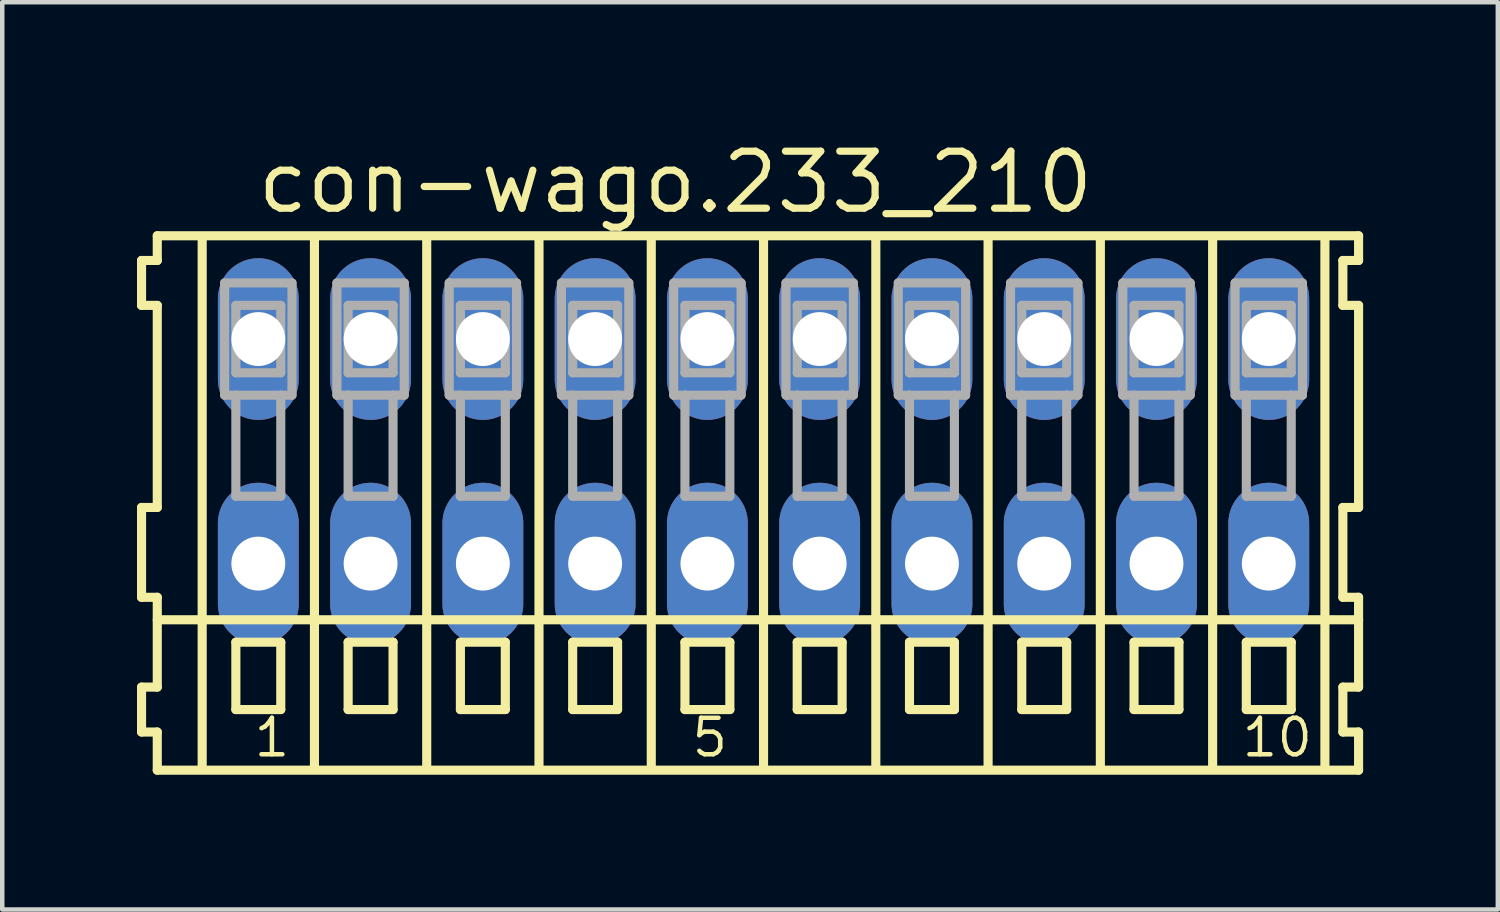
<source format=kicad_pcb>
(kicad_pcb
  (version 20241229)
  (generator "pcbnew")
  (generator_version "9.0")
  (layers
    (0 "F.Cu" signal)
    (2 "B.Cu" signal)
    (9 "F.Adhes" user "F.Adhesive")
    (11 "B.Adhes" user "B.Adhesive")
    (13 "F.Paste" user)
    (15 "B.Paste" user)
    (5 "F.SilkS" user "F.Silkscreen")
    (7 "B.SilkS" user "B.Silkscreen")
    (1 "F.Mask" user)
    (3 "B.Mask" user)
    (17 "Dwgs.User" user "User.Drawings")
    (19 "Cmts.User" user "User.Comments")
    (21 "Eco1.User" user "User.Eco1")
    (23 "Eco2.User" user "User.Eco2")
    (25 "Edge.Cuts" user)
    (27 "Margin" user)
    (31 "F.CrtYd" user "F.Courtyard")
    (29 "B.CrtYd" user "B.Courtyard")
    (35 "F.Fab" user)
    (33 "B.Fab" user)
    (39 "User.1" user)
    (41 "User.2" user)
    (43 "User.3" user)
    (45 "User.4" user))
  (footprint "con-wago.233_210"
    (layer "F.Cu")
    (at 13.952 7)
    (property "Reference" "con-wago.233_210" (at -11.35 -5.25 0) (layer "F.SilkS") (effects (font (size 1.27 1.27) (thickness 0.16)) (justify left bottom)))
    (attr through_hole)
    (fp_line (start -13.85 -4.25) (end -13.85 -3.25) (stroke (width 0.203) (type default)) (layer "F.SilkS"))
    (fp_line (start -13.85 -3.25) (end -13.5 -3.25) (stroke (width 0.203) (type default)) (layer "F.SilkS"))
    (fp_line (start -13.85 1.25) (end -13.85 3.25) (stroke (width 0.203) (type default)) (layer "F.SilkS"))
    (fp_line (start -13.85 3.25) (end -13.5 3.25) (stroke (width 0.203) (type default)) (layer "F.SilkS"))
    (fp_line (start -13.85 5.25) (end -13.85 6.25) (stroke (width 0.203) (type default)) (layer "F.SilkS"))
    (fp_line (start -13.85 6.25) (end -13.5 6.25) (stroke (width 0.203) (type default)) (layer "F.SilkS"))
    (fp_line (start -13.5 -4.8) (end -13.5 -4.25) (stroke (width 0.203) (type default)) (layer "F.SilkS"))
    (fp_line (start -13.5 -4.25) (end -13.85 -4.25) (stroke (width 0.203) (type default)) (layer "F.SilkS"))
    (fp_line (start -13.5 -3.25) (end -13.5 1.25) (stroke (width 0.203) (type default)) (layer "F.SilkS"))
    (fp_line (start -13.5 1.25) (end -13.85 1.25) (stroke (width 0.203) (type default)) (layer "F.SilkS"))
    (fp_line (start -13.5 3.25) (end -13.5 5.25) (stroke (width 0.203) (type default)) (layer "F.SilkS"))
    (fp_line (start -13.5 3.75) (end 13.25 3.75) (stroke (width 0.203) (type default)) (layer "F.SilkS"))
    (fp_line (start -13.5 5.25) (end -13.85 5.25) (stroke (width 0.203) (type default)) (layer "F.SilkS"))
    (fp_line (start -13.5 6.25) (end -13.5 7.1) (stroke (width 0.203) (type default)) (layer "F.SilkS"))
    (fp_line (start -13.5 7.1) (end 13.25 7.1) (stroke (width 0.203) (type default)) (layer "F.SilkS"))
    (fp_line (start -12.5 -4.75) (end -12.5 7) (stroke (width 0.203) (type default)) (layer "F.SilkS"))
    (fp_line (start -11.75 4.25) (end -11.75 5.75) (stroke (width 0.203) (type default)) (layer "F.SilkS"))
    (fp_line (start -11.75 5.75) (end -10.75 5.75) (stroke (width 0.203) (type default)) (layer "F.SilkS"))
    (fp_line (start -10.75 4.25) (end -11.75 4.25) (stroke (width 0.203) (type default)) (layer "F.SilkS"))
    (fp_line (start -10.75 5.75) (end -10.75 4.25) (stroke (width 0.203) (type default)) (layer "F.SilkS"))
    (fp_line (start -10 -4.75) (end -10 7) (stroke (width 0.203) (type default)) (layer "F.SilkS"))
    (fp_line (start -9.25 4.25) (end -9.25 5.75) (stroke (width 0.203) (type default)) (layer "F.SilkS"))
    (fp_line (start -9.25 5.75) (end -8.25 5.75) (stroke (width 0.203) (type default)) (layer "F.SilkS"))
    (fp_line (start -8.25 4.25) (end -9.25 4.25) (stroke (width 0.203) (type default)) (layer "F.SilkS"))
    (fp_line (start -8.25 5.75) (end -8.25 4.25) (stroke (width 0.203) (type default)) (layer "F.SilkS"))
    (fp_line (start -7.5 -4.75) (end -7.5 7) (stroke (width 0.203) (type default)) (layer "F.SilkS"))
    (fp_line (start -6.75 4.25) (end -6.75 5.75) (stroke (width 0.203) (type default)) (layer "F.SilkS"))
    (fp_line (start -6.75 5.75) (end -5.75 5.75) (stroke (width 0.203) (type default)) (layer "F.SilkS"))
    (fp_line (start -5.75 4.25) (end -6.75 4.25) (stroke (width 0.203) (type default)) (layer "F.SilkS"))
    (fp_line (start -5.75 5.75) (end -5.75 4.25) (stroke (width 0.203) (type default)) (layer "F.SilkS"))
    (fp_line (start -5 -4.75) (end -5 7) (stroke (width 0.203) (type default)) (layer "F.SilkS"))
    (fp_line (start -4.25 4.25) (end -4.25 5.75) (stroke (width 0.203) (type default)) (layer "F.SilkS"))
    (fp_line (start -4.25 5.75) (end -3.25 5.75) (stroke (width 0.203) (type default)) (layer "F.SilkS"))
    (fp_line (start -3.25 4.25) (end -4.25 4.25) (stroke (width 0.203) (type default)) (layer "F.SilkS"))
    (fp_line (start -3.25 5.75) (end -3.25 4.25) (stroke (width 0.203) (type default)) (layer "F.SilkS"))
    (fp_line (start -2.5 -4.75) (end -2.5 7) (stroke (width 0.203) (type default)) (layer "F.SilkS"))
    (fp_line (start -1.75 4.25) (end -1.75 5.75) (stroke (width 0.203) (type default)) (layer "F.SilkS"))
    (fp_line (start -1.75 5.75) (end -0.75 5.75) (stroke (width 0.203) (type default)) (layer "F.SilkS"))
    (fp_line (start -0.75 4.25) (end -1.75 4.25) (stroke (width 0.203) (type default)) (layer "F.SilkS"))
    (fp_line (start -0.75 5.75) (end -0.75 4.25) (stroke (width 0.203) (type default)) (layer "F.SilkS"))
    (fp_line (start 0 -4.75) (end 0 7) (stroke (width 0.203) (type default)) (layer "F.SilkS"))
    (fp_line (start 0.75 4.25) (end 0.75 5.75) (stroke (width 0.203) (type default)) (layer "F.SilkS"))
    (fp_line (start 0.75 5.75) (end 1.75 5.75) (stroke (width 0.203) (type default)) (layer "F.SilkS"))
    (fp_line (start 1.75 4.25) (end 0.75 4.25) (stroke (width 0.203) (type default)) (layer "F.SilkS"))
    (fp_line (start 1.75 5.75) (end 1.75 4.25) (stroke (width 0.203) (type default)) (layer "F.SilkS"))
    (fp_line (start 2.5 -4.75) (end 2.5 7) (stroke (width 0.203) (type default)) (layer "F.SilkS"))
    (fp_line (start 3.25 4.25) (end 3.25 5.75) (stroke (width 0.203) (type default)) (layer "F.SilkS"))
    (fp_line (start 3.25 5.75) (end 4.25 5.75) (stroke (width 0.203) (type default)) (layer "F.SilkS"))
    (fp_line (start 4.25 4.25) (end 3.25 4.25) (stroke (width 0.203) (type default)) (layer "F.SilkS"))
    (fp_line (start 4.25 5.75) (end 4.25 4.25) (stroke (width 0.203) (type default)) (layer "F.SilkS"))
    (fp_line (start 5 -4.75) (end 5 7) (stroke (width 0.203) (type default)) (layer "F.SilkS"))
    (fp_line (start 5.75 4.25) (end 5.75 5.75) (stroke (width 0.203) (type default)) (layer "F.SilkS"))
    (fp_line (start 5.75 5.75) (end 6.75 5.75) (stroke (width 0.203) (type default)) (layer "F.SilkS"))
    (fp_line (start 6.75 4.25) (end 5.75 4.25) (stroke (width 0.203) (type default)) (layer "F.SilkS"))
    (fp_line (start 6.75 5.75) (end 6.75 4.25) (stroke (width 0.203) (type default)) (layer "F.SilkS"))
    (fp_line (start 7.5 -4.75) (end 7.5 7) (stroke (width 0.203) (type default)) (layer "F.SilkS"))
    (fp_line (start 8.25 4.25) (end 8.25 5.75) (stroke (width 0.203) (type default)) (layer "F.SilkS"))
    (fp_line (start 8.25 5.75) (end 9.25 5.75) (stroke (width 0.203) (type default)) (layer "F.SilkS"))
    (fp_line (start 9.25 4.25) (end 8.25 4.25) (stroke (width 0.203) (type default)) (layer "F.SilkS"))
    (fp_line (start 9.25 5.75) (end 9.25 4.25) (stroke (width 0.203) (type default)) (layer "F.SilkS"))
    (fp_line (start 10 -4.75) (end 10 7) (stroke (width 0.203) (type default)) (layer "F.SilkS"))
    (fp_line (start 10.75 4.25) (end 10.75 5.75) (stroke (width 0.203) (type default)) (layer "F.SilkS"))
    (fp_line (start 10.75 5.75) (end 11.75 5.75) (stroke (width 0.203) (type default)) (layer "F.SilkS"))
    (fp_line (start 11.75 4.25) (end 10.75 4.25) (stroke (width 0.203) (type default)) (layer "F.SilkS"))
    (fp_line (start 11.75 5.75) (end 11.75 4.25) (stroke (width 0.203) (type default)) (layer "F.SilkS"))
    (fp_line (start 12.5 -4.75) (end 12.5 7) (stroke (width 0.203) (type default)) (layer "F.SilkS"))
    (fp_line (start 12.9 -4.25) (end 12.9 -3.25) (stroke (width 0.203) (type default)) (layer "F.SilkS"))
    (fp_line (start 12.9 -3.25) (end 13.25 -3.25) (stroke (width 0.203) (type default)) (layer "F.SilkS"))
    (fp_line (start 12.9 1.25) (end 12.9 3.25) (stroke (width 0.203) (type default)) (layer "F.SilkS"))
    (fp_line (start 12.9 3.25) (end 13.25 3.25) (stroke (width 0.203) (type default)) (layer "F.SilkS"))
    (fp_line (start 12.9 5.25) (end 12.9 6.25) (stroke (width 0.203) (type default)) (layer "F.SilkS"))
    (fp_line (start 12.9 6.25) (end 13.25 6.25) (stroke (width 0.203) (type default)) (layer "F.SilkS"))
    (fp_line (start 13.25 -4.8) (end -13.5 -4.8) (stroke (width 0.203) (type default)) (layer "F.SilkS"))
    (fp_line (start 13.25 -4.25) (end 12.9 -4.25) (stroke (width 0.203) (type default)) (layer "F.SilkS"))
    (fp_line (start 13.25 -4.25) (end 13.25 -4.8) (stroke (width 0.203) (type default)) (layer "F.SilkS"))
    (fp_line (start 13.25 1.25) (end 12.9 1.25) (stroke (width 0.203) (type default)) (layer "F.SilkS"))
    (fp_line (start 13.25 1.25) (end 13.25 -3.25) (stroke (width 0.203) (type default)) (layer "F.SilkS"))
    (fp_line (start 13.25 3.75) (end 13.25 3.25) (stroke (width 0.203) (type default)) (layer "F.SilkS"))
    (fp_line (start 13.25 5.25) (end 12.9 5.25) (stroke (width 0.203) (type default)) (layer "F.SilkS"))
    (fp_line (start 13.25 5.25) (end 13.25 3.75) (stroke (width 0.203) (type default)) (layer "F.SilkS"))
    (fp_line (start 13.25 7.1) (end 13.25 6.25) (stroke (width 0.203) (type default)) (layer "F.SilkS"))
    (fp_line (start -12 -3.75) (end -12 -1.25) (stroke (width 0.203) (type default)) (layer "F.Fab"))
    (fp_line (start -12 -1.25) (end -11.75 -1.25) (stroke (width 0.203) (type default)) (layer "F.Fab"))
    (fp_line (start -11.75 -3.25) (end -11.75 -1.75) (stroke (width 0.203) (type default)) (layer "F.Fab"))
    (fp_line (start -11.75 -1.75) (end -10.75 -1.75) (stroke (width 0.203) (type default)) (layer "F.Fab"))
    (fp_line (start -11.75 -1.25) (end -11.75 1) (stroke (width 0.203) (type default)) (layer "F.Fab"))
    (fp_line (start -11.75 -1.25) (end -10.75 -1.25) (stroke (width 0.203) (type default)) (layer "F.Fab"))
    (fp_line (start -11.75 1) (end -10.75 1) (stroke (width 0.203) (type default)) (layer "F.Fab"))
    (fp_line (start -10.75 -3.25) (end -11.75 -3.25) (stroke (width 0.203) (type default)) (layer "F.Fab"))
    (fp_line (start -10.75 -1.75) (end -10.75 -3.25) (stroke (width 0.203) (type default)) (layer "F.Fab"))
    (fp_line (start -10.75 -1.25) (end -10.5 -1.25) (stroke (width 0.203) (type default)) (layer "F.Fab"))
    (fp_line (start -10.75 1) (end -10.75 -1.25) (stroke (width 0.203) (type default)) (layer "F.Fab"))
    (fp_line (start -10.5 -3.75) (end -12 -3.75) (stroke (width 0.203) (type default)) (layer "F.Fab"))
    (fp_line (start -10.5 -1.25) (end -10.5 -3.75) (stroke (width 0.203) (type default)) (layer "F.Fab"))
    (fp_line (start -9.5 -3.75) (end -9.5 -1.25) (stroke (width 0.203) (type default)) (layer "F.Fab"))
    (fp_line (start -9.5 -1.25) (end -9.25 -1.25) (stroke (width 0.203) (type default)) (layer "F.Fab"))
    (fp_line (start -9.25 -3.25) (end -9.25 -1.75) (stroke (width 0.203) (type default)) (layer "F.Fab"))
    (fp_line (start -9.25 -1.75) (end -8.25 -1.75) (stroke (width 0.203) (type default)) (layer "F.Fab"))
    (fp_line (start -9.25 -1.25) (end -9.25 1) (stroke (width 0.203) (type default)) (layer "F.Fab"))
    (fp_line (start -9.25 -1.25) (end -8.25 -1.25) (stroke (width 0.203) (type default)) (layer "F.Fab"))
    (fp_line (start -9.25 1) (end -8.25 1) (stroke (width 0.203) (type default)) (layer "F.Fab"))
    (fp_line (start -8.25 -3.25) (end -9.25 -3.25) (stroke (width 0.203) (type default)) (layer "F.Fab"))
    (fp_line (start -8.25 -1.75) (end -8.25 -3.25) (stroke (width 0.203) (type default)) (layer "F.Fab"))
    (fp_line (start -8.25 -1.25) (end -8 -1.25) (stroke (width 0.203) (type default)) (layer "F.Fab"))
    (fp_line (start -8.25 1) (end -8.25 -1.25) (stroke (width 0.203) (type default)) (layer "F.Fab"))
    (fp_line (start -8 -3.75) (end -9.5 -3.75) (stroke (width 0.203) (type default)) (layer "F.Fab"))
    (fp_line (start -8 -1.25) (end -8 -3.75) (stroke (width 0.203) (type default)) (layer "F.Fab"))
    (fp_line (start -7 -3.75) (end -7 -1.25) (stroke (width 0.203) (type default)) (layer "F.Fab"))
    (fp_line (start -7 -1.25) (end -6.75 -1.25) (stroke (width 0.203) (type default)) (layer "F.Fab"))
    (fp_line (start -6.75 -3.25) (end -6.75 -1.75) (stroke (width 0.203) (type default)) (layer "F.Fab"))
    (fp_line (start -6.75 -1.75) (end -5.75 -1.75) (stroke (width 0.203) (type default)) (layer "F.Fab"))
    (fp_line (start -6.75 -1.25) (end -6.75 1) (stroke (width 0.203) (type default)) (layer "F.Fab"))
    (fp_line (start -6.75 -1.25) (end -5.75 -1.25) (stroke (width 0.203) (type default)) (layer "F.Fab"))
    (fp_line (start -6.75 1) (end -5.75 1) (stroke (width 0.203) (type default)) (layer "F.Fab"))
    (fp_line (start -5.75 -3.25) (end -6.75 -3.25) (stroke (width 0.203) (type default)) (layer "F.Fab"))
    (fp_line (start -5.75 -1.75) (end -5.75 -3.25) (stroke (width 0.203) (type default)) (layer "F.Fab"))
    (fp_line (start -5.75 -1.25) (end -5.5 -1.25) (stroke (width 0.203) (type default)) (layer "F.Fab"))
    (fp_line (start -5.75 1) (end -5.75 -1.25) (stroke (width 0.203) (type default)) (layer "F.Fab"))
    (fp_line (start -5.5 -3.75) (end -7 -3.75) (stroke (width 0.203) (type default)) (layer "F.Fab"))
    (fp_line (start -5.5 -1.25) (end -5.5 -3.75) (stroke (width 0.203) (type default)) (layer "F.Fab"))
    (fp_line (start -4.5 -3.75) (end -4.5 -1.25) (stroke (width 0.203) (type default)) (layer "F.Fab"))
    (fp_line (start -4.5 -1.25) (end -4.25 -1.25) (stroke (width 0.203) (type default)) (layer "F.Fab"))
    (fp_line (start -4.25 -3.25) (end -4.25 -1.75) (stroke (width 0.203) (type default)) (layer "F.Fab"))
    (fp_line (start -4.25 -1.75) (end -3.25 -1.75) (stroke (width 0.203) (type default)) (layer "F.Fab"))
    (fp_line (start -4.25 -1.25) (end -4.25 1) (stroke (width 0.203) (type default)) (layer "F.Fab"))
    (fp_line (start -4.25 -1.25) (end -3.25 -1.25) (stroke (width 0.203) (type default)) (layer "F.Fab"))
    (fp_line (start -4.25 1) (end -3.25 1) (stroke (width 0.203) (type default)) (layer "F.Fab"))
    (fp_line (start -3.25 -3.25) (end -4.25 -3.25) (stroke (width 0.203) (type default)) (layer "F.Fab"))
    (fp_line (start -3.25 -1.75) (end -3.25 -3.25) (stroke (width 0.203) (type default)) (layer "F.Fab"))
    (fp_line (start -3.25 -1.25) (end -3 -1.25) (stroke (width 0.203) (type default)) (layer "F.Fab"))
    (fp_line (start -3.25 1) (end -3.25 -1.25) (stroke (width 0.203) (type default)) (layer "F.Fab"))
    (fp_line (start -3 -3.75) (end -4.5 -3.75) (stroke (width 0.203) (type default)) (layer "F.Fab"))
    (fp_line (start -3 -1.25) (end -3 -3.75) (stroke (width 0.203) (type default)) (layer "F.Fab"))
    (fp_line (start -2 -3.75) (end -2 -1.25) (stroke (width 0.203) (type default)) (layer "F.Fab"))
    (fp_line (start -2 -1.25) (end -1.75 -1.25) (stroke (width 0.203) (type default)) (layer "F.Fab"))
    (fp_line (start -1.75 -3.25) (end -1.75 -1.75) (stroke (width 0.203) (type default)) (layer "F.Fab"))
    (fp_line (start -1.75 -1.75) (end -0.75 -1.75) (stroke (width 0.203) (type default)) (layer "F.Fab"))
    (fp_line (start -1.75 -1.25) (end -1.75 1) (stroke (width 0.203) (type default)) (layer "F.Fab"))
    (fp_line (start -1.75 -1.25) (end -0.75 -1.25) (stroke (width 0.203) (type default)) (layer "F.Fab"))
    (fp_line (start -1.75 1) (end -0.75 1) (stroke (width 0.203) (type default)) (layer "F.Fab"))
    (fp_line (start -0.75 -3.25) (end -1.75 -3.25) (stroke (width 0.203) (type default)) (layer "F.Fab"))
    (fp_line (start -0.75 -1.75) (end -0.75 -3.25) (stroke (width 0.203) (type default)) (layer "F.Fab"))
    (fp_line (start -0.75 -1.25) (end -0.5 -1.25) (stroke (width 0.203) (type default)) (layer "F.Fab"))
    (fp_line (start -0.75 1) (end -0.75 -1.25) (stroke (width 0.203) (type default)) (layer "F.Fab"))
    (fp_line (start -0.5 -3.75) (end -2 -3.75) (stroke (width 0.203) (type default)) (layer "F.Fab"))
    (fp_line (start -0.5 -1.25) (end -0.5 -3.75) (stroke (width 0.203) (type default)) (layer "F.Fab"))
    (fp_line (start 0.5 -3.75) (end 0.5 -1.25) (stroke (width 0.203) (type default)) (layer "F.Fab"))
    (fp_line (start 0.5 -1.25) (end 0.75 -1.25) (stroke (width 0.203) (type default)) (layer "F.Fab"))
    (fp_line (start 0.75 -3.25) (end 0.75 -1.75) (stroke (width 0.203) (type default)) (layer "F.Fab"))
    (fp_line (start 0.75 -1.75) (end 1.75 -1.75) (stroke (width 0.203) (type default)) (layer "F.Fab"))
    (fp_line (start 0.75 -1.25) (end 0.75 1) (stroke (width 0.203) (type default)) (layer "F.Fab"))
    (fp_line (start 0.75 -1.25) (end 1.75 -1.25) (stroke (width 0.203) (type default)) (layer "F.Fab"))
    (fp_line (start 0.75 1) (end 1.75 1) (stroke (width 0.203) (type default)) (layer "F.Fab"))
    (fp_line (start 1.75 -3.25) (end 0.75 -3.25) (stroke (width 0.203) (type default)) (layer "F.Fab"))
    (fp_line (start 1.75 -1.75) (end 1.75 -3.25) (stroke (width 0.203) (type default)) (layer "F.Fab"))
    (fp_line (start 1.75 -1.25) (end 2 -1.25) (stroke (width 0.203) (type default)) (layer "F.Fab"))
    (fp_line (start 1.75 1) (end 1.75 -1.25) (stroke (width 0.203) (type default)) (layer "F.Fab"))
    (fp_line (start 2 -3.75) (end 0.5 -3.75) (stroke (width 0.203) (type default)) (layer "F.Fab"))
    (fp_line (start 2 -1.25) (end 2 -3.75) (stroke (width 0.203) (type default)) (layer "F.Fab"))
    (fp_line (start 3 -3.75) (end 3 -1.25) (stroke (width 0.203) (type default)) (layer "F.Fab"))
    (fp_line (start 3 -1.25) (end 3.25 -1.25) (stroke (width 0.203) (type default)) (layer "F.Fab"))
    (fp_line (start 3.25 -3.25) (end 3.25 -1.75) (stroke (width 0.203) (type default)) (layer "F.Fab"))
    (fp_line (start 3.25 -1.75) (end 4.25 -1.75) (stroke (width 0.203) (type default)) (layer "F.Fab"))
    (fp_line (start 3.25 -1.25) (end 3.25 1) (stroke (width 0.203) (type default)) (layer "F.Fab"))
    (fp_line (start 3.25 -1.25) (end 4.25 -1.25) (stroke (width 0.203) (type default)) (layer "F.Fab"))
    (fp_line (start 3.25 1) (end 4.25 1) (stroke (width 0.203) (type default)) (layer "F.Fab"))
    (fp_line (start 4.25 -3.25) (end 3.25 -3.25) (stroke (width 0.203) (type default)) (layer "F.Fab"))
    (fp_line (start 4.25 -1.75) (end 4.25 -3.25) (stroke (width 0.203) (type default)) (layer "F.Fab"))
    (fp_line (start 4.25 -1.25) (end 4.5 -1.25) (stroke (width 0.203) (type default)) (layer "F.Fab"))
    (fp_line (start 4.25 1) (end 4.25 -1.25) (stroke (width 0.203) (type default)) (layer "F.Fab"))
    (fp_line (start 4.5 -3.75) (end 3 -3.75) (stroke (width 0.203) (type default)) (layer "F.Fab"))
    (fp_line (start 4.5 -1.25) (end 4.5 -3.75) (stroke (width 0.203) (type default)) (layer "F.Fab"))
    (fp_line (start 5.5 -3.75) (end 5.5 -1.25) (stroke (width 0.203) (type default)) (layer "F.Fab"))
    (fp_line (start 5.5 -1.25) (end 5.75 -1.25) (stroke (width 0.203) (type default)) (layer "F.Fab"))
    (fp_line (start 5.75 -3.25) (end 5.75 -1.75) (stroke (width 0.203) (type default)) (layer "F.Fab"))
    (fp_line (start 5.75 -1.75) (end 6.75 -1.75) (stroke (width 0.203) (type default)) (layer "F.Fab"))
    (fp_line (start 5.75 -1.25) (end 5.75 1) (stroke (width 0.203) (type default)) (layer "F.Fab"))
    (fp_line (start 5.75 -1.25) (end 6.75 -1.25) (stroke (width 0.203) (type default)) (layer "F.Fab"))
    (fp_line (start 5.75 1) (end 6.75 1) (stroke (width 0.203) (type default)) (layer "F.Fab"))
    (fp_line (start 6.75 -3.25) (end 5.75 -3.25) (stroke (width 0.203) (type default)) (layer "F.Fab"))
    (fp_line (start 6.75 -1.75) (end 6.75 -3.25) (stroke (width 0.203) (type default)) (layer "F.Fab"))
    (fp_line (start 6.75 -1.25) (end 7 -1.25) (stroke (width 0.203) (type default)) (layer "F.Fab"))
    (fp_line (start 6.75 1) (end 6.75 -1.25) (stroke (width 0.203) (type default)) (layer "F.Fab"))
    (fp_line (start 7 -3.75) (end 5.5 -3.75) (stroke (width 0.203) (type default)) (layer "F.Fab"))
    (fp_line (start 7 -1.25) (end 7 -3.75) (stroke (width 0.203) (type default)) (layer "F.Fab"))
    (fp_line (start 8 -3.75) (end 8 -1.25) (stroke (width 0.203) (type default)) (layer "F.Fab"))
    (fp_line (start 8 -1.25) (end 8.25 -1.25) (stroke (width 0.203) (type default)) (layer "F.Fab"))
    (fp_line (start 8.25 -3.25) (end 8.25 -1.75) (stroke (width 0.203) (type default)) (layer "F.Fab"))
    (fp_line (start 8.25 -1.75) (end 9.25 -1.75) (stroke (width 0.203) (type default)) (layer "F.Fab"))
    (fp_line (start 8.25 -1.25) (end 8.25 1) (stroke (width 0.203) (type default)) (layer "F.Fab"))
    (fp_line (start 8.25 -1.25) (end 9.25 -1.25) (stroke (width 0.203) (type default)) (layer "F.Fab"))
    (fp_line (start 8.25 1) (end 9.25 1) (stroke (width 0.203) (type default)) (layer "F.Fab"))
    (fp_line (start 9.25 -3.25) (end 8.25 -3.25) (stroke (width 0.203) (type default)) (layer "F.Fab"))
    (fp_line (start 9.25 -1.75) (end 9.25 -3.25) (stroke (width 0.203) (type default)) (layer "F.Fab"))
    (fp_line (start 9.25 -1.25) (end 9.5 -1.25) (stroke (width 0.203) (type default)) (layer "F.Fab"))
    (fp_line (start 9.25 1) (end 9.25 -1.25) (stroke (width 0.203) (type default)) (layer "F.Fab"))
    (fp_line (start 9.5 -3.75) (end 8 -3.75) (stroke (width 0.203) (type default)) (layer "F.Fab"))
    (fp_line (start 9.5 -1.25) (end 9.5 -3.75) (stroke (width 0.203) (type default)) (layer "F.Fab"))
    (fp_line (start 10.5 -3.75) (end 10.5 -1.25) (stroke (width 0.203) (type default)) (layer "F.Fab"))
    (fp_line (start 10.5 -1.25) (end 10.75 -1.25) (stroke (width 0.203) (type default)) (layer "F.Fab"))
    (fp_line (start 10.75 -3.25) (end 10.75 -1.75) (stroke (width 0.203) (type default)) (layer "F.Fab"))
    (fp_line (start 10.75 -1.75) (end 11.75 -1.75) (stroke (width 0.203) (type default)) (layer "F.Fab"))
    (fp_line (start 10.75 -1.25) (end 10.75 1) (stroke (width 0.203) (type default)) (layer "F.Fab"))
    (fp_line (start 10.75 -1.25) (end 11.75 -1.25) (stroke (width 0.203) (type default)) (layer "F.Fab"))
    (fp_line (start 10.75 1) (end 11.75 1) (stroke (width 0.203) (type default)) (layer "F.Fab"))
    (fp_line (start 11.75 -3.25) (end 10.75 -3.25) (stroke (width 0.203) (type default)) (layer "F.Fab"))
    (fp_line (start 11.75 -1.75) (end 11.75 -3.25) (stroke (width 0.203) (type default)) (layer "F.Fab"))
    (fp_line (start 11.75 -1.25) (end 12 -1.25) (stroke (width 0.203) (type default)) (layer "F.Fab"))
    (fp_line (start 11.75 1) (end 11.75 -1.25) (stroke (width 0.203) (type default)) (layer "F.Fab"))
    (fp_line (start 12 -3.75) (end 10.5 -3.75) (stroke (width 0.203) (type default)) (layer "F.Fab"))
    (fp_line (start 12 -1.25) (end 12 -3.75) (stroke (width 0.203) (type default)) (layer "F.Fab"))
    (fp_text user "10" (at 10.6 6.85 0) (layer "F.SilkS") (effects (font (size 0.813 0.813) (thickness 0.1)) (justify left bottom)))
    (fp_text user "1" (at -11.4 6.85 0) (layer "F.SilkS") (effects (font (size 0.813 0.813) (thickness 0.1)) (justify left bottom)))
    (fp_text user "5" (at -1.65 6.85 0) (layer "F.SilkS") (effects (font (size 0.813 0.813) (thickness 0.1)) (justify left bottom)))
    (pad "A1" thru_hole oval (at -11.25 -2.5 90) (size 3.6 1.8) (drill 1.2) (layers "*.Cu" "*.Mask"))
    (pad "A2" thru_hole oval (at -8.75 -2.5 90) (size 3.6 1.8) (drill 1.2) (layers "*.Cu" "*.Mask"))
    (pad "A3" thru_hole oval (at -6.25 -2.5 90) (size 3.6 1.8) (drill 1.2) (layers "*.Cu" "*.Mask"))
    (pad "A4" thru_hole oval (at -3.75 -2.5 90) (size 3.6 1.8) (drill 1.2) (layers "*.Cu" "*.Mask"))
    (pad "A5" thru_hole oval (at -1.25 -2.5 90) (size 3.6 1.8) (drill 1.2) (layers "*.Cu" "*.Mask"))
    (pad "A6" thru_hole oval (at 1.25 -2.5 90) (size 3.6 1.8) (drill 1.2) (layers "*.Cu" "*.Mask"))
    (pad "A7" thru_hole oval (at 3.75 -2.5 90) (size 3.6 1.8) (drill 1.2) (layers "*.Cu" "*.Mask"))
    (pad "A8" thru_hole oval (at 6.25 -2.5 90) (size 3.6 1.8) (drill 1.2) (layers "*.Cu" "*.Mask"))
    (pad "A9" thru_hole oval (at 8.75 -2.5 90) (size 3.6 1.8) (drill 1.2) (layers "*.Cu" "*.Mask"))
    (pad "A10" thru_hole oval (at 11.25 -2.5 90) (size 3.6 1.8) (drill 1.2) (layers "*.Cu" "*.Mask"))
    (pad "B1" thru_hole oval (at -11.25 2.5 90) (size 3.6 1.8) (drill 1.2) (layers "*.Cu" "*.Mask"))
    (pad "B2" thru_hole oval (at -8.75 2.5 90) (size 3.6 1.8) (drill 1.2) (layers "*.Cu" "*.Mask"))
    (pad "B3" thru_hole oval (at -6.25 2.5 90) (size 3.6 1.8) (drill 1.2) (layers "*.Cu" "*.Mask"))
    (pad "B4" thru_hole oval (at -3.75 2.5 90) (size 3.6 1.8) (drill 1.2) (layers "*.Cu" "*.Mask"))
    (pad "B5" thru_hole oval (at -1.25 2.5 90) (size 3.6 1.8) (drill 1.2) (layers "*.Cu" "*.Mask"))
    (pad "B6" thru_hole oval (at 1.25 2.5 90) (size 3.6 1.8) (drill 1.2) (layers "*.Cu" "*.Mask"))
    (pad "B7" thru_hole oval (at 3.75 2.5 90) (size 3.6 1.8) (drill 1.2) (layers "*.Cu" "*.Mask"))
    (pad "B8" thru_hole oval (at 6.25 2.5 90) (size 3.6 1.8) (drill 1.2) (layers "*.Cu" "*.Mask"))
    (pad "B9" thru_hole oval (at 8.75 2.5 90) (size 3.6 1.8) (drill 1.2) (layers "*.Cu" "*.Mask"))
    (pad "B10" thru_hole oval (at 11.25 2.5 90) (size 3.6 1.8) (drill 1.2) (layers "*.Cu" "*.Mask")))
  (gr_rect
    (start -3 -3)
    (end 30.303 17.202)
    (stroke (width 0.1) (type default))
    (fill no)
    (layer "Edge.Cuts")))
</source>
